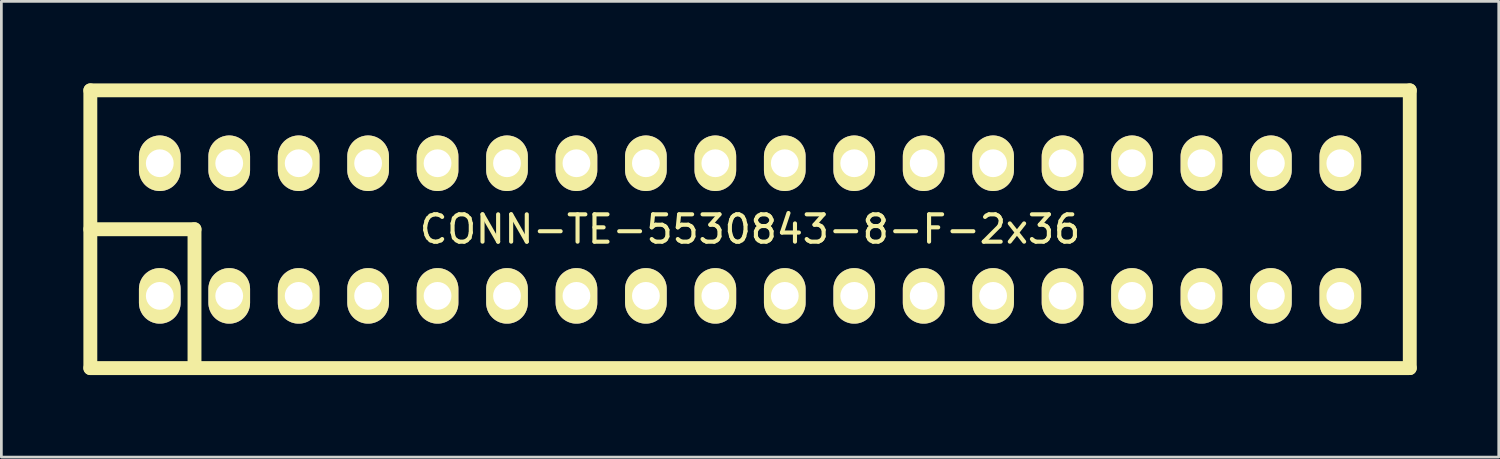
<source format=kicad_pcb>
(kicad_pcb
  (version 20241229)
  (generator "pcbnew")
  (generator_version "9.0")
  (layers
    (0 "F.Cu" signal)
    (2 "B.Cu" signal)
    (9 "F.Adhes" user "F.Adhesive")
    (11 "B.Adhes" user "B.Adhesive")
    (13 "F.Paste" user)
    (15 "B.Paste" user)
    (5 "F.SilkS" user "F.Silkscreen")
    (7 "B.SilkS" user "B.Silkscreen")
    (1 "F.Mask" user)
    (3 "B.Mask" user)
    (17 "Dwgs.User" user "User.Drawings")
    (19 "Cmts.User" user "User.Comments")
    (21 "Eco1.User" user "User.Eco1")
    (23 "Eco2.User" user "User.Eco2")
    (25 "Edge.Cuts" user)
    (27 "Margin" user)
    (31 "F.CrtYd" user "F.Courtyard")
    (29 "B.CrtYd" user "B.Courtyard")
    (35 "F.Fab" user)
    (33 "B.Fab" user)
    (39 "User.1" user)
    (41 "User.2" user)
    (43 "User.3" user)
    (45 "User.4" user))
  (footprint "CONN-TE-5530843-8-F-2x36"
    (layer "F.Cu")
    (at 24.384 5.334)
    (property "Reference" "CONN-TE-5530843-8-F-2x36" (at 0 0 0) (layer "F.SilkS") (effects (font (size 1 1) (thickness 0.15))))
    (attr through_hole)
    (fp_line (start -24.13 -5.08) (end 24.13 -5.08) (stroke (width 0.508) (type solid)) (layer "F.SilkS"))
    (fp_line (start -24.13 0) (end -20.32 0) (stroke (width 0.508) (type solid)) (layer "F.SilkS"))
    (fp_line (start -24.13 5.08) (end -24.13 -5.08) (stroke (width 0.508) (type solid)) (layer "F.SilkS"))
    (fp_line (start -20.32 0) (end -20.32 5.08) (stroke (width 0.508) (type solid)) (layer "F.SilkS"))
    (fp_line (start 24.13 -5.08) (end 24.13 5.08) (stroke (width 0.508) (type solid)) (layer "F.SilkS"))
    (fp_line (start 24.13 5.08) (end -24.13 5.08) (stroke (width 0.508) (type solid)) (layer "F.SilkS"))
    (pad "1" thru_hole oval (at -21.59 2.438) (size 1.524 2.032) (drill 1.016) (layers "*.Cu" "*.Mask" "F.SilkS"))
    (pad "2" thru_hole oval (at -21.59 -2.413) (size 1.524 2.032) (drill 1.016) (layers "*.Cu" "*.Mask" "F.SilkS"))
    (pad "3" thru_hole oval (at -19.05 2.438) (size 1.524 2.032) (drill 1.016) (layers "*.Cu" "*.Mask" "F.SilkS"))
    (pad "4" thru_hole oval (at -19.05 -2.413) (size 1.524 2.032) (drill 1.016) (layers "*.Cu" "*.Mask" "F.SilkS"))
    (pad "5" thru_hole oval (at -16.51 2.438) (size 1.524 2.032) (drill 1.016) (layers "*.Cu" "*.Mask" "F.SilkS"))
    (pad "6" thru_hole oval (at -16.51 -2.413) (size 1.524 2.032) (drill 1.016) (layers "*.Cu" "*.Mask" "F.SilkS"))
    (pad "7" thru_hole oval (at -13.97 2.438) (size 1.524 2.032) (drill 1.016) (layers "*.Cu" "*.Mask" "F.SilkS"))
    (pad "8" thru_hole oval (at -13.97 -2.413) (size 1.524 2.032) (drill 1.016) (layers "*.Cu" "*.Mask" "F.SilkS"))
    (pad "9" thru_hole oval (at -11.43 2.438) (size 1.524 2.032) (drill 1.016) (layers "*.Cu" "*.Mask" "F.SilkS"))
    (pad "10" thru_hole oval (at -11.43 -2.413) (size 1.524 2.032) (drill 1.016) (layers "*.Cu" "*.Mask" "F.SilkS"))
    (pad "11" thru_hole oval (at -8.89 2.438) (size 1.524 2.032) (drill 1.016) (layers "*.Cu" "*.Mask" "F.SilkS"))
    (pad "12" thru_hole oval (at -8.89 -2.413) (size 1.524 2.032) (drill 1.016) (layers "*.Cu" "*.Mask" "F.SilkS"))
    (pad "13" thru_hole oval (at -6.35 2.438) (size 1.524 2.032) (drill 1.016) (layers "*.Cu" "*.Mask" "F.SilkS"))
    (pad "14" thru_hole oval (at -6.35 -2.413) (size 1.524 2.032) (drill 1.016) (layers "*.Cu" "*.Mask" "F.SilkS"))
    (pad "15" thru_hole oval (at -3.81 2.438) (size 1.524 2.032) (drill 1.016) (layers "*.Cu" "*.Mask" "F.SilkS"))
    (pad "16" thru_hole oval (at -3.81 -2.413) (size 1.524 2.032) (drill 1.016) (layers "*.Cu" "*.Mask" "F.SilkS"))
    (pad "17" thru_hole oval (at -1.27 2.438) (size 1.524 2.032) (drill 1.016) (layers "*.Cu" "*.Mask" "F.SilkS"))
    (pad "18" thru_hole oval (at -1.27 -2.413) (size 1.524 2.032) (drill 1.016) (layers "*.Cu" "*.Mask" "F.SilkS"))
    (pad "19" thru_hole oval (at 1.27 2.438) (size 1.524 2.032) (drill 1.016) (layers "*.Cu" "*.Mask" "F.SilkS"))
    (pad "20" thru_hole oval (at 1.27 -2.413) (size 1.524 2.032) (drill 1.016) (layers "*.Cu" "*.Mask" "F.SilkS"))
    (pad "21" thru_hole oval (at 3.81 2.438) (size 1.524 2.032) (drill 1.016) (layers "*.Cu" "*.Mask" "F.SilkS"))
    (pad "22" thru_hole oval (at 3.81 -2.413) (size 1.524 2.032) (drill 1.016) (layers "*.Cu" "*.Mask" "F.SilkS"))
    (pad "23" thru_hole oval (at 6.35 2.438) (size 1.524 2.032) (drill 1.016) (layers "*.Cu" "*.Mask" "F.SilkS"))
    (pad "24" thru_hole oval (at 6.35 -2.413) (size 1.524 2.032) (drill 1.016) (layers "*.Cu" "*.Mask" "F.SilkS"))
    (pad "25" thru_hole oval (at 8.89 2.438) (size 1.524 2.032) (drill 1.016) (layers "*.Cu" "*.Mask" "F.SilkS"))
    (pad "26" thru_hole oval (at 8.89 -2.413) (size 1.524 2.032) (drill 1.016) (layers "*.Cu" "*.Mask" "F.SilkS"))
    (pad "27" thru_hole oval (at 11.43 2.438) (size 1.524 2.032) (drill 1.016) (layers "*.Cu" "*.Mask" "F.SilkS"))
    (pad "28" thru_hole oval (at 11.43 -2.413) (size 1.524 2.032) (drill 1.016) (layers "*.Cu" "*.Mask" "F.SilkS"))
    (pad "29" thru_hole oval (at 13.97 2.438) (size 1.524 2.032) (drill 1.016) (layers "*.Cu" "*.Mask" "F.SilkS"))
    (pad "30" thru_hole oval (at 13.97 -2.413) (size 1.524 2.032) (drill 1.016) (layers "*.Cu" "*.Mask" "F.SilkS"))
    (pad "31" thru_hole oval (at 16.51 2.438) (size 1.524 2.032) (drill 1.016) (layers "*.Cu" "*.Mask" "F.SilkS"))
    (pad "32" thru_hole oval (at 16.51 -2.413) (size 1.524 2.032) (drill 1.016) (layers "*.Cu" "*.Mask" "F.SilkS"))
    (pad "33" thru_hole oval (at 19.05 2.438) (size 1.524 2.032) (drill 1.016) (layers "*.Cu" "*.Mask" "F.SilkS"))
    (pad "34" thru_hole oval (at 19.05 -2.413) (size 1.524 2.032) (drill 1.016) (layers "*.Cu" "*.Mask" "F.SilkS"))
    (pad "35" thru_hole oval (at 21.59 2.438) (size 1.524 2.032) (drill 1.016) (layers "*.Cu" "*.Mask" "F.SilkS"))
    (pad "36" thru_hole oval (at 21.59 -2.413) (size 1.524 2.032) (drill 1.016) (layers "*.Cu" "*.Mask" "F.SilkS")))
  (gr_rect
    (start -3 -3)
    (end 51.768 13.668)
    (stroke (width 0.1) (type default))
    (fill no)
    (layer "Edge.Cuts")))
</source>
